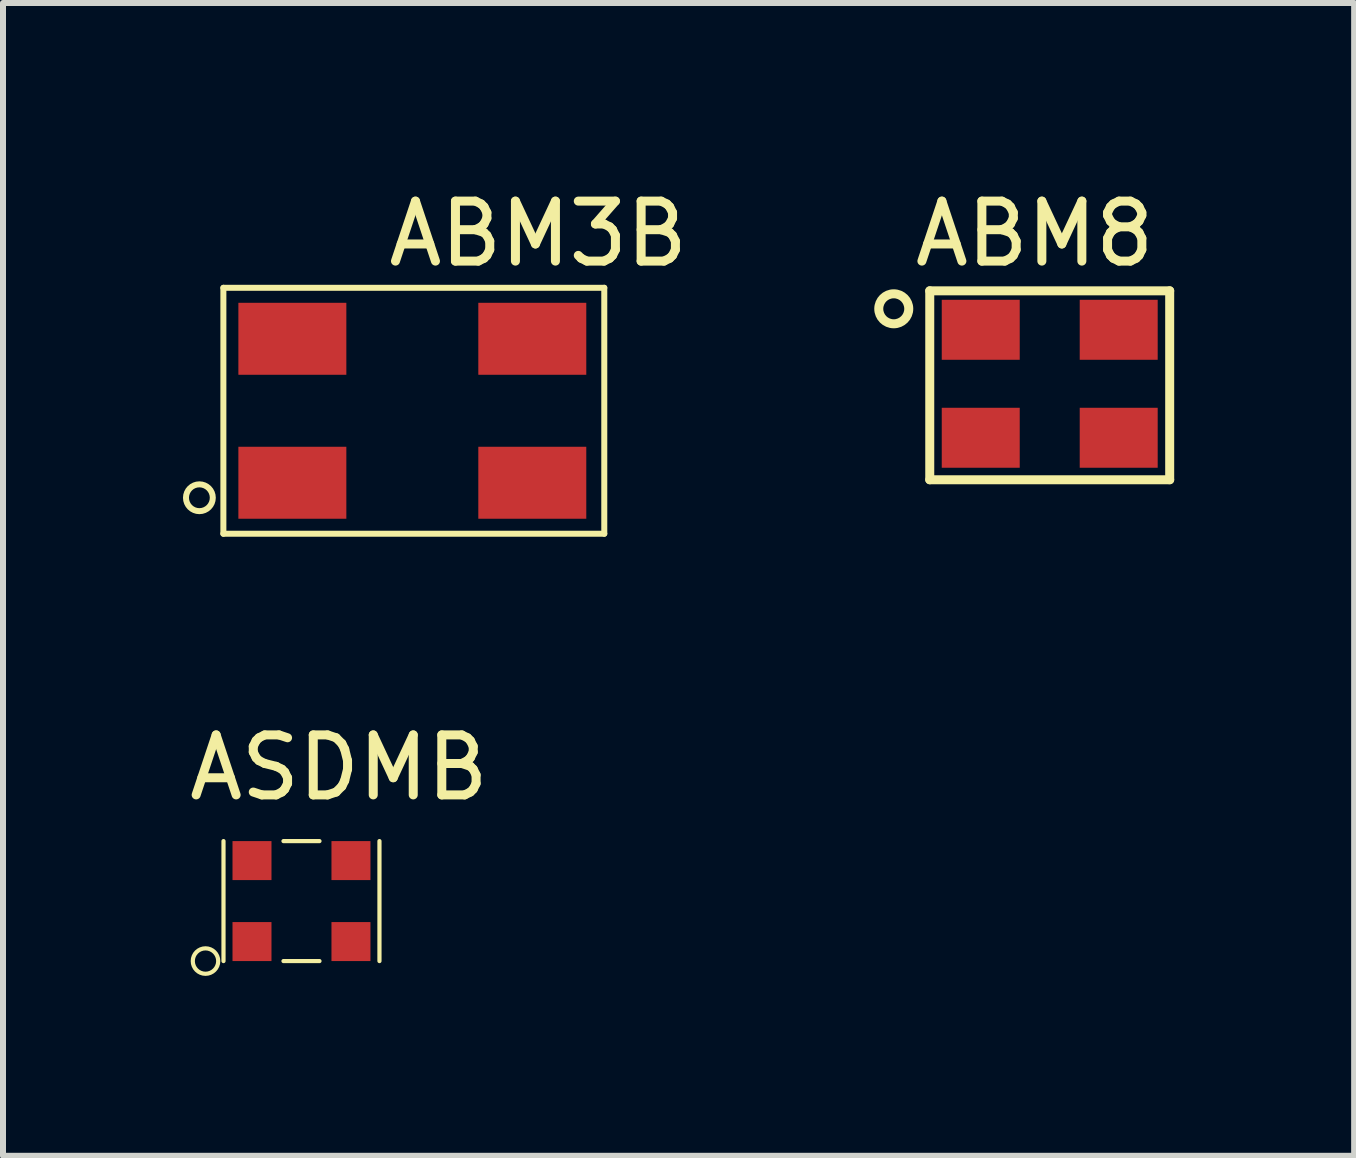
<source format=kicad_pcb>
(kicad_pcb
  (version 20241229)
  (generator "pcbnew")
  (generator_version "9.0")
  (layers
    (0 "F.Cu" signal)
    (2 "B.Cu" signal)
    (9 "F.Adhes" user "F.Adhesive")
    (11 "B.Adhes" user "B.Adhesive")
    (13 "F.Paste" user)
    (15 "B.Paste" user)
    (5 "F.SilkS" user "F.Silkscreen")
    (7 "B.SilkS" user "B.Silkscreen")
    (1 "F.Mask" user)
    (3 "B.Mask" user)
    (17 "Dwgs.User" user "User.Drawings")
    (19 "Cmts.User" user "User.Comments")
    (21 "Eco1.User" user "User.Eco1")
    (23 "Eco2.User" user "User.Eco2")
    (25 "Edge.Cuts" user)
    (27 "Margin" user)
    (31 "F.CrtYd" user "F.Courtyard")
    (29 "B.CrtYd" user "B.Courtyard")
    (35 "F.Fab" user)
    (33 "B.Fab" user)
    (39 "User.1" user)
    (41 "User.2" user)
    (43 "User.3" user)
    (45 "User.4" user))
  (footprint "ABM8"
    (layer "F.Cu")
    (at 12.65 1.948)
    (property "Reference" "ABM8" (at 1.55 -1.1 0) (layer "F.SilkS") (effects (font (size 1 1) (thickness 0.15))))
    (attr through_hole)
    (fp_line (start -0.2 -0.15) (end -0.2 3) (stroke (width 0.15) (type solid)) (layer "F.SilkS"))
    (fp_line (start -0.2 3) (end 3.8 3) (stroke (width 0.15) (type solid)) (layer "F.SilkS"))
    (fp_line (start 3.8 -0.15) (end -0.2 -0.15) (stroke (width 0.15) (type solid)) (layer "F.SilkS"))
    (fp_line (start 3.8 3) (end 3.8 -0.15) (stroke (width 0.15) (type solid)) (layer "F.SilkS"))
    (fp_circle (center -0.8 0.15) (end -0.6 0.3) (stroke (width 0.15) (type solid)) (fill no) (layer "F.SilkS"))
    (pad "1" smd rect (at 0.65 0.5) (size 1.3 1) (layers "F.Cu" "F.Mask" "F.Paste"))
    (pad "2" smd rect (at 2.95 0.5) (size 1.3 1) (layers "F.Cu" "F.Mask" "F.Paste"))
    (pad "3" smd rect (at 2.95 2.3) (size 1.3 1) (layers "F.Cu" "F.Mask" "F.Paste"))
    (pad "4" smd rect (at 0.65 2.3) (size 1.3 1) (layers "F.Cu" "F.Mask" "F.Paste")))
  (footprint "ABM3B"
    (layer "F.Cu")
    (at 1.824 4.998)
    (property "Reference" "ABM3B" (at 4.1 -4.15 0) (layer "F.SilkS") (effects (font (size 1 1) (thickness 0.15))))
    (attr through_hole)
    (fp_line (start -1.15 -3.25) (end 5.2 -3.25) (stroke (width 0.1) (type solid)) (layer "F.SilkS"))
    (fp_line (start -1.15 0.85) (end -1.15 -3.25) (stroke (width 0.1) (type solid)) (layer "F.SilkS"))
    (fp_line (start 5.2 -3.25) (end 5.2 0.85) (stroke (width 0.1) (type solid)) (layer "F.SilkS"))
    (fp_line (start 5.2 0.85) (end -1.15 0.85) (stroke (width 0.1) (type solid)) (layer "F.SilkS"))
    (fp_circle (center -1.55 0.25) (end -1.45 0.45) (stroke (width 0.1) (type solid)) (fill no) (layer "F.SilkS"))
    (pad "1" smd rect (at 0 0) (size 1.8 1.2) (layers "F.Cu" "F.Mask" "F.Paste"))
    (pad "2" smd rect (at 4 0) (size 1.8 1.2) (layers "F.Cu" "F.Mask" "F.Paste"))
    (pad "3" smd rect (at 4 -2.4) (size 1.8 1.2) (layers "F.Cu" "F.Mask" "F.Paste"))
    (pad "4" smd rect (at 0 -2.4) (size 1.8 1.2) (layers "F.Cu" "F.Mask" "F.Paste")))
  (footprint "ASDMB"
    (layer "F.Cu")
    (at 1.976 11.972)
    (property "Reference" "ASDMB" (at 0.625 -2.225 0) (layer "F.SilkS") (effects (font (size 1 1) (thickness 0.15))))
    (attr through_hole)
    (fp_line (start -1.3 1) (end -1.3 -1) (stroke (width 0.07) (type solid)) (layer "F.SilkS"))
    (fp_line (start -0.3 -1) (end 0.3 -1) (stroke (width 0.07) (type solid)) (layer "F.SilkS"))
    (fp_line (start -0.3 1) (end 0.3 1) (stroke (width 0.07) (type solid)) (layer "F.SilkS"))
    (fp_line (start 1.3 -1) (end 1.3 1) (stroke (width 0.07) (type solid)) (layer "F.SilkS"))
    (fp_circle (center -1.6 1) (end -1.45 1.15) (stroke (width 0.07) (type solid)) (fill no) (layer "F.SilkS"))
    (pad "1" smd rect (at -0.825 0.675) (size 0.65 0.65) (layers "F.Cu" "F.Mask" "F.Paste"))
    (pad "2" smd rect (at 0.825 0.675) (size 0.65 0.65) (layers "F.Cu" "F.Mask" "F.Paste"))
    (pad "3" smd rect (at 0.825 -0.675) (size 0.65 0.65) (layers "F.Cu" "F.Mask" "F.Paste"))
    (pad "4" smd rect (at -0.825 -0.675) (size 0.65 0.65) (layers "F.Cu" "F.Mask" "F.Paste")))
  (gr_rect
    (start -3 -3)
    (end 19.525 16.219)
    (stroke (width 0.1) (type default))
    (fill no)
    (layer "Edge.Cuts")))
</source>
